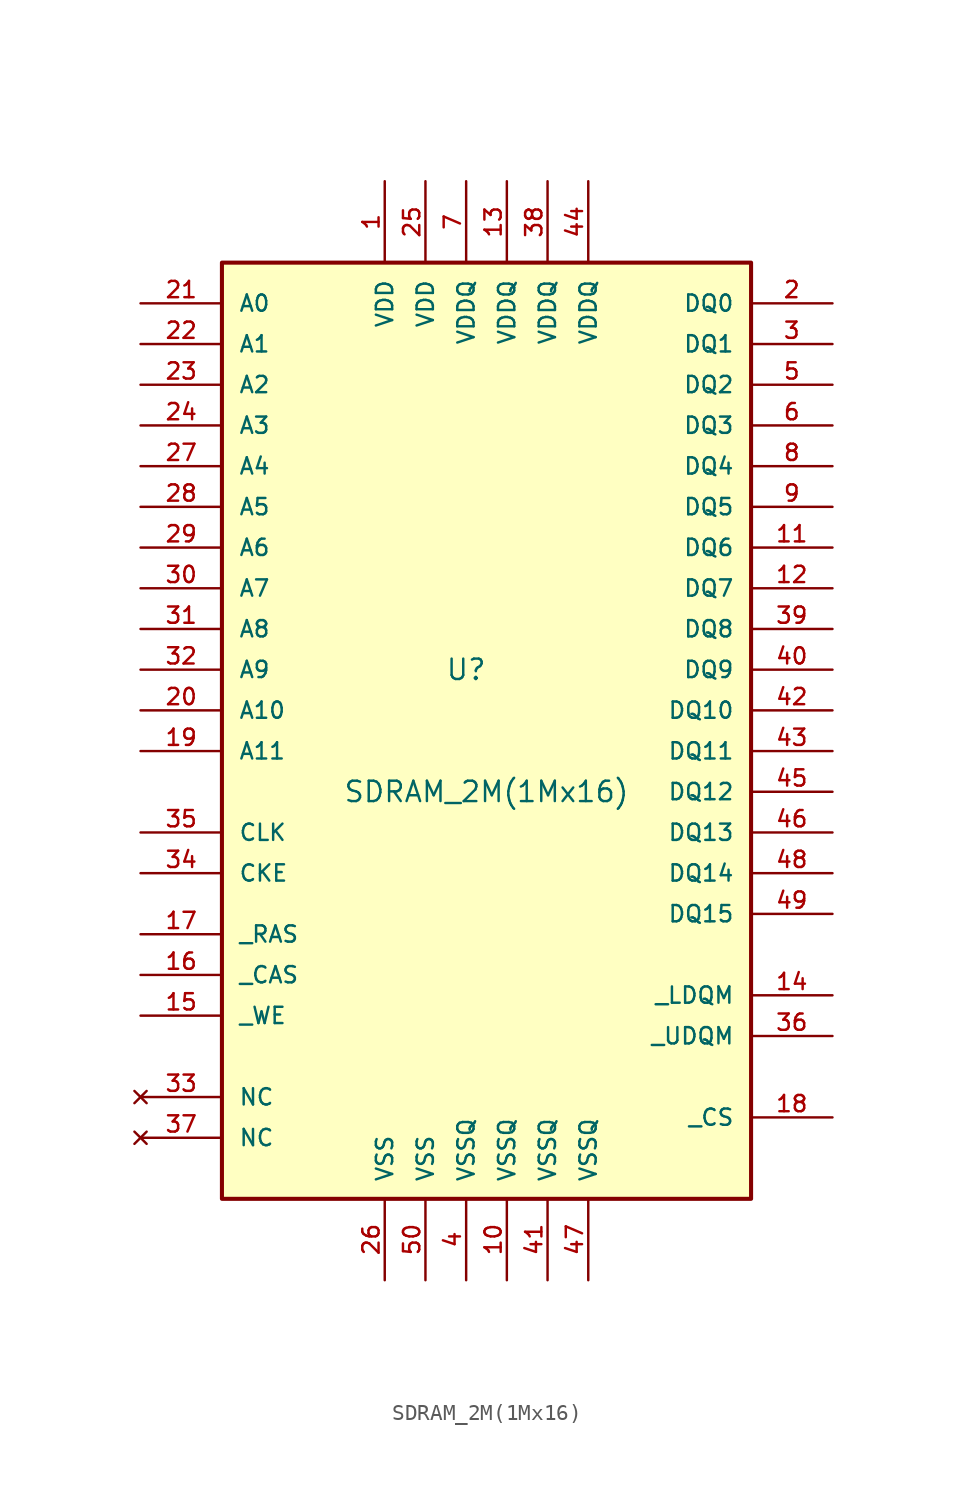
<source format=kicad_sym>
(kicad_symbol_lib
  (version 20231120)
  (generator "kicad_symbol_editor")
  (generator_version "8.0")
  (symbol "SDRAM_2M(1Mx16)"
    (pin_names
      (offset 1.016))
    (property "Reference" "U"
      (at -1.27 3.81 0)
      (effects (font (size 1.27 1.27))))
    (property "Value" "SDRAM_2M(1Mx16)"
      (at 0 -3.81 0)
      (effects (font (size 1.27 1.27))))
    (symbol "SDRAM_2M(1Mx16)_0_0"
      (pin power_in line (at -6.35 34.29 270) (length 5.08) (name "VDD" (effects (font (size 1.016 1.016)))) (number "1" (effects (font (size 1.016 1.016))))))
    (symbol "SDRAM_2M(1Mx16)_0_1"
      (rectangle (start -16.51 29.21) (end 16.51 -29.21) (stroke (width 0.254) (type default)) (fill (type background))))
    (symbol "SDRAM_2M(1Mx16)_1_0"
      (pin input line (at -21.59 -17.78 0) (length 5.08) (name "_WE" (effects (font (size 1.016 1.016)))) (number "15" (effects (font (size 1.016 1.016))))))
    (symbol "SDRAM_2M(1Mx16)_1_1"
      (pin power_in line (at 1.27 -34.29 90) (length 5.08) (name "VSSQ" (effects (font (size 1.016 1.016)))) (number "10" (effects (font (size 1.016 1.016)))))
      (pin bidirectional line (at 21.59 11.43 180) (length 5.08) (name "DQ6" (effects (font (size 1.016 1.016)))) (number "11" (effects (font (size 1.016 1.016)))))
      (pin bidirectional line (at 21.59 8.89 180) (length 5.08) (name "DQ7" (effects (font (size 1.016 1.016)))) (number "12" (effects (font (size 1.016 1.016)))))
      (pin power_in line (at 1.27 34.29 270) (length 5.08) (name "VDDQ" (effects (font (size 1.016 1.016)))) (number "13" (effects (font (size 1.016 1.016)))))
      (pin input line (at 21.59 -16.51 180) (length 5.08) (name "_LDQM" (effects (font (size 1.016 1.016)))) (number "14" (effects (font (size 1.016 1.016)))))
      (pin input line (at -21.59 -15.24 0) (length 5.08) (name "_CAS" (effects (font (size 1.016 1.016)))) (number "16" (effects (font (size 1.016 1.016)))))
      (pin input line (at -21.59 -12.7 0) (length 5.08) (name "_RAS" (effects (font (size 1.016 1.016)))) (number "17" (effects (font (size 1.016 1.016)))))
      (pin input line (at 21.59 -24.13 180) (length 5.08) (name "_CS" (effects (font (size 1.016 1.016)))) (number "18" (effects (font (size 1.016 1.016)))))
      (pin input line (at -21.59 -1.27 0) (length 5.08) (name "A11" (effects (font (size 1.016 1.016)))) (number "19" (effects (font (size 1.016 1.016)))))
      (pin bidirectional line (at 21.59 26.67 180) (length 5.08) (name "DQ0" (effects (font (size 1.016 1.016)))) (number "2" (effects (font (size 1.016 1.016)))))
      (pin input line (at -21.59 1.27 0) (length 5.08) (name "A10" (effects (font (size 1.016 1.016)))) (number "20" (effects (font (size 1.016 1.016)))))
      (pin input line (at -21.59 26.67 0) (length 5.08) (name "A0" (effects (font (size 1.016 1.016)))) (number "21" (effects (font (size 1.016 1.016)))))
      (pin input line (at -21.59 24.13 0) (length 5.08) (name "A1" (effects (font (size 1.016 1.016)))) (number "22" (effects (font (size 1.016 1.016)))))
      (pin input line (at -21.59 21.59 0) (length 5.08) (name "A2" (effects (font (size 1.016 1.016)))) (number "23" (effects (font (size 1.016 1.016)))))
      (pin input line (at -21.59 19.05 0) (length 5.08) (name "A3" (effects (font (size 1.016 1.016)))) (number "24" (effects (font (size 1.016 1.016)))))
      (pin power_in line (at -3.81 34.29 270) (length 5.08) (name "VDD" (effects (font (size 1.016 1.016)))) (number "25" (effects (font (size 1.016 1.016)))))
      (pin power_in line (at -6.35 -34.29 90) (length 5.08) (name "VSS" (effects (font (size 1.016 1.016)))) (number "26" (effects (font (size 1.016 1.016)))))
      (pin input line (at -21.59 16.51 0) (length 5.08) (name "A4" (effects (font (size 1.016 1.016)))) (number "27" (effects (font (size 1.016 1.016)))))
      (pin input line (at -21.59 13.97 0) (length 5.08) (name "A5" (effects (font (size 1.016 1.016)))) (number "28" (effects (font (size 1.016 1.016)))))
      (pin input line (at -21.59 11.43 0) (length 5.08) (name "A6" (effects (font (size 1.016 1.016)))) (number "29" (effects (font (size 1.016 1.016)))))
      (pin bidirectional line (at 21.59 24.13 180) (length 5.08) (name "DQ1" (effects (font (size 1.016 1.016)))) (number "3" (effects (font (size 1.016 1.016)))))
      (pin input line (at -21.59 8.89 0) (length 5.08) (name "A7" (effects (font (size 1.016 1.016)))) (number "30" (effects (font (size 1.016 1.016)))))
      (pin input line (at -21.59 6.35 0) (length 5.08) (name "A8" (effects (font (size 1.016 1.016)))) (number "31" (effects (font (size 1.016 1.016)))))
      (pin input line (at -21.59 3.81 0) (length 5.08) (name "A9" (effects (font (size 1.016 1.016)))) (number "32" (effects (font (size 1.016 1.016)))))
      (pin no_connect line (at -21.59 -22.86 0) (length 5.08) (name "NC" (effects (font (size 1.016 1.016)))) (number "33" (effects (font (size 1.016 1.016)))))
      (pin input line (at -21.59 -8.89 0) (length 5.08) (name "CKE" (effects (font (size 1.016 1.016)))) (number "34" (effects (font (size 1.016 1.016)))))
      (pin input line (at -21.59 -6.35 0) (length 5.08) (name "CLK" (effects (font (size 1.016 1.016)))) (number "35" (effects (font (size 1.016 1.016)))))
      (pin input line (at 21.59 -19.05 180) (length 5.08) (name "_UDQM" (effects (font (size 1.016 1.016)))) (number "36" (effects (font (size 1.016 1.016)))))
      (pin no_connect line (at -21.59 -25.4 0) (length 5.08) (name "NC" (effects (font (size 1.016 1.016)))) (number "37" (effects (font (size 1.016 1.016)))))
      (pin power_in line (at 3.81 34.29 270) (length 5.08) (name "VDDQ" (effects (font (size 1.016 1.016)))) (number "38" (effects (font (size 1.016 1.016)))))
      (pin bidirectional line (at 21.59 6.35 180) (length 5.08) (name "DQ8" (effects (font (size 1.016 1.016)))) (number "39" (effects (font (size 1.016 1.016)))))
      (pin power_in line (at -1.27 -34.29 90) (length 5.08) (name "VSSQ" (effects (font (size 1.016 1.016)))) (number "4" (effects (font (size 1.016 1.016)))))
      (pin bidirectional line (at 21.59 3.81 180) (length 5.08) (name "DQ9" (effects (font (size 1.016 1.016)))) (number "40" (effects (font (size 1.016 1.016)))))
      (pin power_in line (at 3.81 -34.29 90) (length 5.08) (name "VSSQ" (effects (font (size 1.016 1.016)))) (number "41" (effects (font (size 1.016 1.016)))))
      (pin bidirectional line (at 21.59 1.27 180) (length 5.08) (name "DQ10" (effects (font (size 1.016 1.016)))) (number "42" (effects (font (size 1.016 1.016)))))
      (pin bidirectional line (at 21.59 -1.27 180) (length 5.08) (name "DQ11" (effects (font (size 1.016 1.016)))) (number "43" (effects (font (size 1.016 1.016)))))
      (pin power_in line (at 6.35 34.29 270) (length 5.08) (name "VDDQ" (effects (font (size 1.016 1.016)))) (number "44" (effects (font (size 1.016 1.016)))))
      (pin bidirectional line (at 21.59 -3.81 180) (length 5.08) (name "DQ12" (effects (font (size 1.016 1.016)))) (number "45" (effects (font (size 1.016 1.016)))))
      (pin bidirectional line (at 21.59 -6.35 180) (length 5.08) (name "DQ13" (effects (font (size 1.016 1.016)))) (number "46" (effects (font (size 1.016 1.016)))))
      (pin power_in line (at 6.35 -34.29 90) (length 5.08) (name "VSSQ" (effects (font (size 1.016 1.016)))) (number "47" (effects (font (size 1.016 1.016)))))
      (pin bidirectional line (at 21.59 -8.89 180) (length 5.08) (name "DQ14" (effects (font (size 1.016 1.016)))) (number "48" (effects (font (size 1.016 1.016)))))
      (pin bidirectional line (at 21.59 -11.43 180) (length 5.08) (name "DQ15" (effects (font (size 1.016 1.016)))) (number "49" (effects (font (size 1.016 1.016)))))
      (pin bidirectional line (at 21.59 21.59 180) (length 5.08) (name "DQ2" (effects (font (size 1.016 1.016)))) (number "5" (effects (font (size 1.016 1.016)))))
      (pin power_in line (at -3.81 -34.29 90) (length 5.08) (name "VSS" (effects (font (size 1.016 1.016)))) (number "50" (effects (font (size 1.016 1.016)))))
      (pin bidirectional line (at 21.59 19.05 180) (length 5.08) (name "DQ3" (effects (font (size 1.016 1.016)))) (number "6" (effects (font (size 1.016 1.016)))))
      (pin power_in line (at -1.27 34.29 270) (length 5.08) (name "VDDQ" (effects (font (size 1.016 1.016)))) (number "7" (effects (font (size 1.016 1.016)))))
      (pin bidirectional line (at 21.59 16.51 180) (length 5.08) (name "DQ4" (effects (font (size 1.016 1.016)))) (number "8" (effects (font (size 1.016 1.016)))))
      (pin bidirectional line (at 21.59 13.97 180) (length 5.08) (name "DQ5" (effects (font (size 1.016 1.016)))) (number "9" (effects (font (size 1.016 1.016))))))))
</source>
